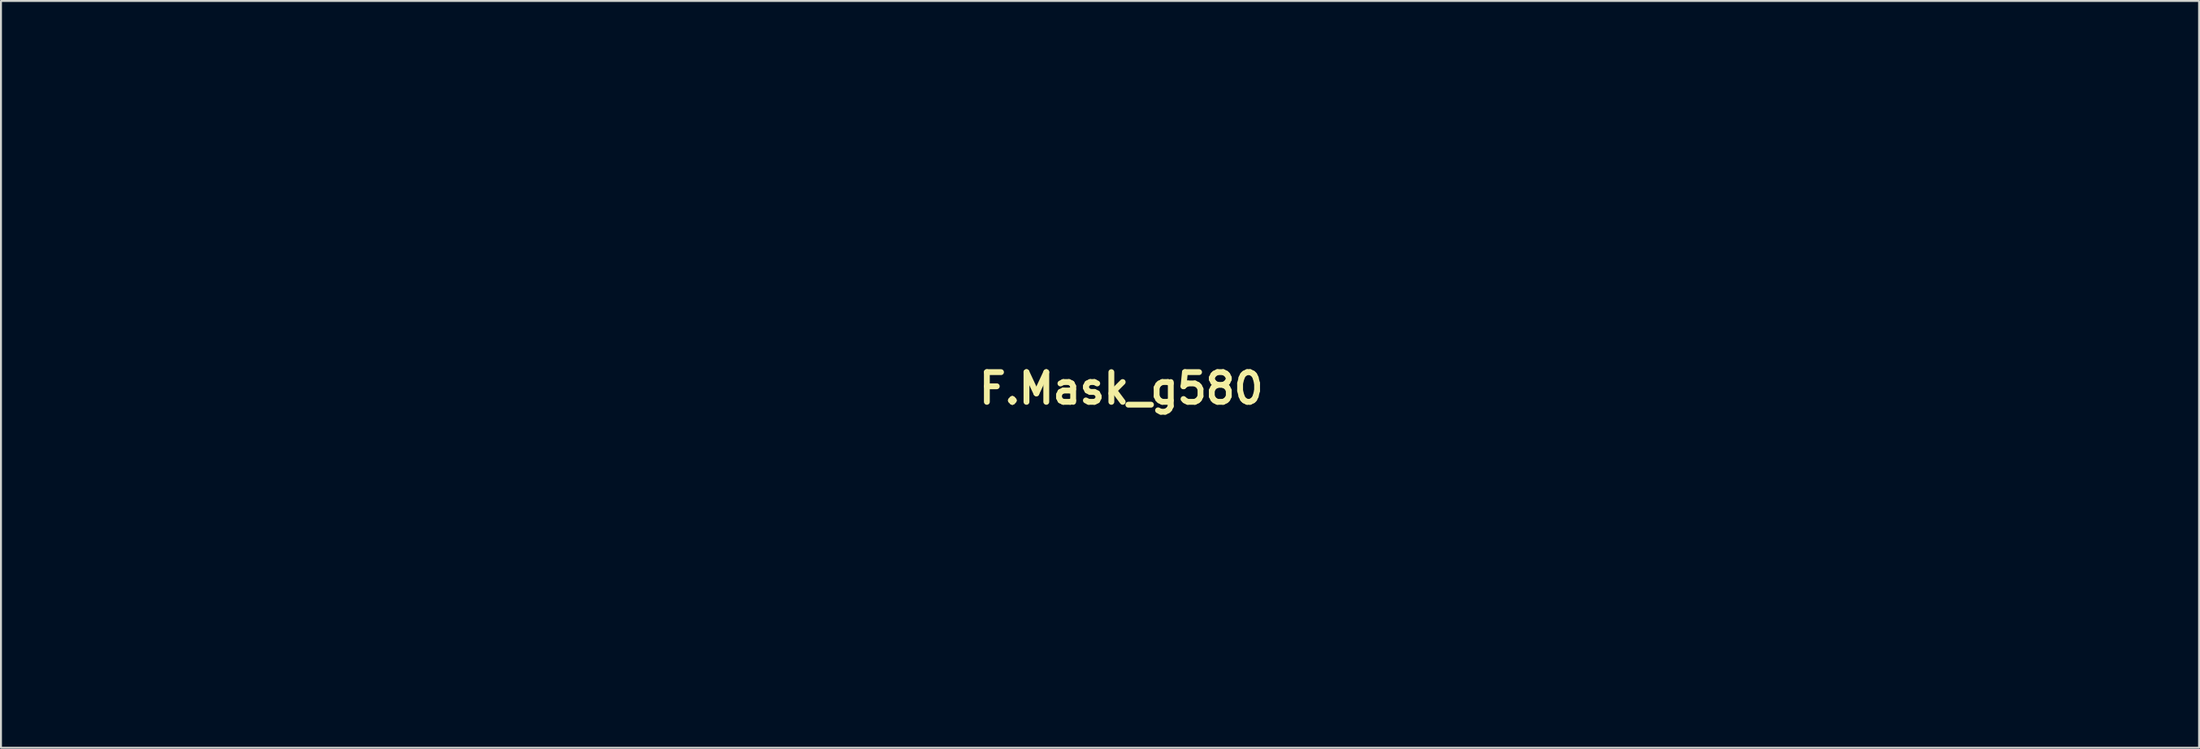
<source format=kicad_pcb>
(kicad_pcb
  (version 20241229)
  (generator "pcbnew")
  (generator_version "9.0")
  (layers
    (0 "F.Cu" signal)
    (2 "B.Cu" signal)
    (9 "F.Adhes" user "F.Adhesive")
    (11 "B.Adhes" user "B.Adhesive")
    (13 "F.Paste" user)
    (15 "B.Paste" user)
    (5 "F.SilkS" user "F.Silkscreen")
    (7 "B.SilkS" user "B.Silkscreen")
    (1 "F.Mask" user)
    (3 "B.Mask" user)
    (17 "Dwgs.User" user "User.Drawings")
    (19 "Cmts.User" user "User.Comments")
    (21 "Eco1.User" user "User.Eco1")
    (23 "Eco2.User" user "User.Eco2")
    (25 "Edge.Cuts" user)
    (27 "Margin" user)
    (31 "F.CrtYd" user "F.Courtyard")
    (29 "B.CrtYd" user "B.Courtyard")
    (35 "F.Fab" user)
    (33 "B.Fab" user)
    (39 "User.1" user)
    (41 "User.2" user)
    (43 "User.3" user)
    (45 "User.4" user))
  (footprint "F.Mask_g580"
    (layer "F.Cu")
    (at 54.467 16.875)
    (property "Reference" "F.Mask_g580" (at 0 0 0) (layer "F.SilkS") (effects (font (size 1.524 1.524) (thickness 0.3))))
    (attr through_hole)
    (fp_poly (pts (xy 5.69 6.694) (xy 5.885 6.743) (xy 6.067 6.828) (xy 6.233 6.948) (xy 6.378 7.101) (xy 6.429 7.173) (xy 6.459 7.219) (xy 6.484 7.27) (xy 6.509 7.329) (xy 6.534 7.404) (xy 6.56 7.499) (xy 6.591 7.62) (xy 6.628 7.773) (xy 6.655 7.89) (xy 6.685 8.022) (xy 4.355 8.022) (xy 4.369 7.795) (xy 4.388 7.606) (xy 4.417 7.443) (xy 4.455 7.311) (xy 4.481 7.251) (xy 4.528 7.181) (xy 4.601 7.098) (xy 4.687 7.012) (xy 4.779 6.933) (xy 4.864 6.871) (xy 4.871 6.867) (xy 5.073 6.766) (xy 5.279 6.705) (xy 5.486 6.681) (xy 5.69 6.694)) (stroke (width 0.01) (type solid)) (fill yes) (layer "F.Mask"))
    (fp_poly (pts (xy -2.223 8.672) (xy -2.226 8.86) (xy -2.234 9.015) (xy -2.249 9.145) (xy -2.272 9.261) (xy -2.305 9.37) (xy -2.33 9.439) (xy -2.364 9.521) (xy -2.393 9.576) (xy -2.427 9.615) (xy -2.476 9.651) (xy -2.526 9.682) (xy -2.619 9.734) (xy -2.705 9.775) (xy -2.791 9.805) (xy -2.886 9.826) (xy -2.996 9.841) (xy -3.131 9.85) (xy -3.297 9.855) (xy -3.365 9.856) (xy -3.549 9.857) (xy -3.693 9.855) (xy -3.802 9.85) (xy -3.88 9.84) (xy -3.905 9.835) (xy -4.051 9.781) (xy -4.185 9.7) (xy -4.298 9.6) (xy -4.374 9.496) (xy -4.401 9.444) (xy -4.418 9.399) (xy -4.428 9.347) (xy -4.433 9.278) (xy -4.434 9.18) (xy -4.434 9.155) (xy -4.433 9.047) (xy -4.429 8.969) (xy -4.419 8.91) (xy -4.402 8.857) (xy -4.379 8.805) (xy -4.308 8.677) (xy -4.226 8.581) (xy -4.124 8.507) (xy -3.991 8.447) (xy -3.969 8.439) (xy -3.778 8.372) (xy -3 8.365) (xy -2.223 8.358) (xy -2.223 8.672)) (stroke (width 0.01) (type solid)) (fill yes) (layer "F.Mask"))
    (fp_poly (pts (xy -9.631 8.684) (xy -9.633 8.866) (xy -9.641 9.016) (xy -9.656 9.143) (xy -9.678 9.255) (xy -9.711 9.363) (xy -9.74 9.441) (xy -9.773 9.523) (xy -9.803 9.578) (xy -9.837 9.617) (xy -9.887 9.653) (xy -9.934 9.682) (xy -10.028 9.734) (xy -10.113 9.775) (xy -10.2 9.805) (xy -10.294 9.826) (xy -10.405 9.841) (xy -10.539 9.85) (xy -10.705 9.855) (xy -10.774 9.856) (xy -10.957 9.857) (xy -11.102 9.855) (xy -11.211 9.85) (xy -11.288 9.84) (xy -11.314 9.835) (xy -11.461 9.78) (xy -11.596 9.697) (xy -11.71 9.594) (xy -11.783 9.493) (xy -11.81 9.443) (xy -11.827 9.398) (xy -11.837 9.346) (xy -11.841 9.278) (xy -11.843 9.18) (xy -11.843 9.155) (xy -11.842 9.047) (xy -11.837 8.969) (xy -11.827 8.91) (xy -11.81 8.857) (xy -11.788 8.805) (xy -11.701 8.662) (xy -11.592 8.551) (xy -11.467 8.475) (xy -11.451 8.469) (xy -11.375 8.441) (xy -11.302 8.419) (xy -11.227 8.401) (xy -11.144 8.387) (xy -11.047 8.377) (xy -10.932 8.369) (xy -10.793 8.365) (xy -10.625 8.362) (xy -10.421 8.361) (xy -10.335 8.361) (xy -9.631 8.361) (xy -9.631 8.684)) (stroke (width 0.01) (type solid)) (fill yes) (layer "F.Mask"))
    (fp_poly (pts (xy -1.097 -9.352) (xy -0.968 -9.31) (xy -0.849 -9.233) (xy -0.818 -9.207) (xy -0.728 -9.11) (xy -0.673 -9.003) (xy -0.649 -8.877) (xy -0.648 -8.816) (xy -0.668 -8.658) (xy -0.725 -8.516) (xy -0.814 -8.397) (xy -0.931 -8.303) (xy -1.072 -8.241) (xy -1.168 -8.221) (xy -1.26 -8.208) (xy -3.359 -4.535) (xy -1.65 -5.105) (xy -1.347 -5.206) (xy -1.081 -5.295) (xy -0.851 -5.372) (xy -0.653 -5.439) (xy -0.486 -5.496) (xy -0.346 -5.544) (xy -0.232 -5.585) (xy -0.14 -5.618) (xy -0.069 -5.645) (xy -0.015 -5.667) (xy 0.023 -5.685) (xy 0.048 -5.699) (xy 0.063 -5.711) (xy 0.071 -5.721) (xy 0.072 -5.724) (xy 0.1 -5.782) (xy 0.155 -5.852) (xy 0.226 -5.924) (xy 0.305 -5.989) (xy 0.38 -6.038) (xy 0.387 -6.041) (xy 0.541 -6.097) (xy 0.689 -6.111) (xy 0.829 -6.083) (xy 0.962 -6.013) (xy 0.993 -5.989) (xy 1.097 -5.884) (xy 1.166 -5.765) (xy 1.202 -5.636) (xy 1.206 -5.506) (xy 1.179 -5.379) (xy 1.121 -5.264) (xy 1.033 -5.165) (xy 0.917 -5.09) (xy 0.866 -5.069) (xy 0.767 -5.047) (xy 0.644 -5.039) (xy 0.515 -5.044) (xy 0.395 -5.063) (xy 0.34 -5.079) (xy 0.224 -5.119) (xy -1.38 -4.556) (xy -1.629 -4.468) (xy -1.866 -4.385) (xy -2.088 -4.306) (xy -2.292 -4.234) (xy -2.476 -4.169) (xy -2.635 -4.112) (xy -2.768 -4.065) (xy -2.871 -4.028) (xy -2.941 -4.003) (xy -2.976 -3.99) (xy -2.979 -3.988) (xy -2.958 -3.983) (xy -2.899 -3.968) (xy -2.803 -3.945) (xy -2.674 -3.913) (xy -2.513 -3.874) (xy -2.324 -3.828) (xy -2.109 -3.776) (xy -1.87 -3.718) (xy -1.61 -3.655) (xy -1.331 -3.588) (xy -1.036 -3.516) (xy -0.728 -3.442) (xy -0.458 -3.377) (xy 2.058 -2.77) (xy 2.218 -2.851) (xy 2.305 -2.893) (xy 2.373 -2.917) (xy 2.438 -2.928) (xy 2.515 -2.931) (xy 2.517 -2.931) (xy 2.649 -2.917) (xy 2.761 -2.874) (xy 2.865 -2.796) (xy 2.903 -2.759) (xy 2.982 -2.665) (xy 3.03 -2.576) (xy 3.052 -2.478) (xy 3.057 -2.381) (xy 3.037 -2.222) (xy 2.981 -2.076) (xy 2.893 -1.951) (xy 2.778 -1.853) (xy 2.717 -1.819) (xy 2.605 -1.786) (xy 2.475 -1.781) (xy 2.341 -1.805) (xy 2.232 -1.847) (xy 2.14 -1.906) (xy 2.051 -1.985) (xy 1.976 -2.071) (xy 1.93 -2.149) (xy 1.903 -2.214) (xy -0.058 -2.683) (xy -0.338 -2.75) (xy -0.607 -2.814) (xy -0.861 -2.875) (xy -1.097 -2.931) (xy -1.313 -2.982) (xy -1.506 -3.027) (xy -1.673 -3.066) (xy -1.811 -3.098) (xy -1.917 -3.122) (xy -1.989 -3.139) (xy -2.023 -3.146) (xy -2.026 -3.146) (xy -2.009 -3.135) (xy -1.956 -3.104) (xy -1.871 -3.054) (xy -1.755 -2.987) (xy -1.61 -2.903) (xy -1.437 -2.803) (xy -1.24 -2.689) (xy -1.019 -2.562) (xy -0.776 -2.423) (xy -0.514 -2.273) (xy -0.234 -2.112) (xy 0.061 -1.943) (xy 0.371 -1.766) (xy 0.692 -1.582) (xy 0.991 -1.411) (xy 4.015 0.316) (xy 4.098 0.273) (xy 4.153 0.249) (xy 4.21 0.238) (xy 4.285 0.238) (xy 4.326 0.241) (xy 4.494 0.272) (xy 4.637 0.335) (xy 4.752 0.43) (xy 4.837 0.552) (xy 4.89 0.699) (xy 4.906 0.809) (xy 4.909 0.895) (xy 4.902 0.959) (xy 4.88 1.022) (xy 4.859 1.068) (xy 4.776 1.192) (xy 4.663 1.291) (xy 4.527 1.359) (xy 4.374 1.394) (xy 4.306 1.397) (xy 4.156 1.378) (xy 4.025 1.321) (xy 3.914 1.228) (xy 3.824 1.101) (xy 3.767 0.965) (xy 3.732 0.86) (xy 0.136 -1.222) (xy -0.225 -1.431) (xy -0.576 -1.635) (xy -0.917 -1.831) (xy -1.244 -2.021) (xy -1.556 -2.201) (xy -1.852 -2.372) (xy -2.129 -2.533) (xy -2.387 -2.681) (xy -2.622 -2.817) (xy -2.834 -2.94) (xy -3.02 -3.047) (xy -3.179 -3.139) (xy -3.308 -3.213) (xy -3.407 -3.27) (xy -3.474 -3.308) (xy -3.506 -3.326) (xy -3.508 -3.328) (xy -3.55 -3.339) (xy -3.606 -3.332) (xy -3.664 -3.316) (xy -3.744 -3.297) (xy -3.843 -3.285) (xy -3.924 -3.281) (xy -4.075 -3.281) (xy -5.173 -1.393) (xy -6.27 0.494) (xy -6.236 0.565) (xy -6.212 0.648) (xy -6.203 0.754) (xy -6.209 0.87) (xy -6.229 0.979) (xy -6.237 1.007) (xy -6.29 1.11) (xy -6.372 1.211) (xy -6.471 1.296) (xy -6.575 1.355) (xy -6.592 1.362) (xy -6.697 1.386) (xy -6.812 1.395) (xy -6.919 1.388) (xy -6.997 1.367) (xy -7.118 1.293) (xy -7.218 1.189) (xy -7.294 1.063) (xy -7.341 0.925) (xy -7.356 0.782) (xy -7.337 0.652) (xy -7.282 0.529) (xy -7.197 0.418) (xy -7.09 0.326) (xy -6.971 0.263) (xy -6.899 0.243) (xy -6.887 0.241) (xy -6.875 0.236) (xy -6.861 0.227) (xy -6.844 0.211) (xy -6.824 0.187) (xy -6.798 0.152) (xy -6.766 0.105) (xy -6.727 0.043) (xy -6.678 -0.036) (xy -6.618 -0.134) (xy -6.547 -0.253) (xy -6.463 -0.395) (xy -6.365 -0.562) (xy -6.251 -0.757) (xy -6.12 -0.982) (xy -5.971 -1.237) (xy -5.803 -1.527) (xy -5.731 -1.651) (xy -4.638 -3.532) (xy -4.716 -3.684) (xy -4.757 -3.768) (xy -4.78 -3.834) (xy -4.791 -3.9) (xy -4.794 -3.984) (xy -4.794 -3.998) (xy -4.791 -4.092) (xy -4.78 -4.165) (xy -4.755 -4.236) (xy -4.725 -4.301) (xy -4.68 -4.381) (xy -4.63 -4.452) (xy -4.587 -4.5) (xy -4.454 -4.588) (xy -4.295 -4.654) (xy -4.123 -4.691) (xy -4.086 -4.695) (xy -3.914 -4.71) (xy -1.724 -8.477) (xy -1.762 -8.55) (xy -1.787 -8.63) (xy -1.799 -8.734) (xy -1.797 -8.847) (xy -1.783 -8.953) (xy -1.76 -9.028) (xy -1.675 -9.165) (xy -1.558 -9.275) (xy -1.506 -9.308) (xy -1.445 -9.34) (xy -1.388 -9.357) (xy -1.317 -9.365) (xy -1.249 -9.366) (xy -1.097 -9.352)) (stroke (width 0.01) (type solid)) (fill yes) (layer "F.Mask"))
    (fp_poly (pts (xy 19.718 -15.787) (xy 19.867 -15.601) (xy 20.009 -15.423) (xy 20.141 -15.258) (xy 20.26 -15.109) (xy 20.365 -14.977) (xy 20.454 -14.865) (xy 20.523 -14.777) (xy 20.572 -14.716) (xy 20.597 -14.684) (xy 20.6 -14.679) (xy 20.6 -14.674) (xy 20.6 -14.662) (xy 20.597 -14.642) (xy 20.593 -14.613) (xy 20.586 -14.574) (xy 20.576 -14.523) (xy 20.563 -14.458) (xy 20.547 -14.38) (xy 20.528 -14.285) (xy 20.505 -14.174) (xy 20.477 -14.044) (xy 20.445 -13.894) (xy 20.408 -13.723) (xy 20.367 -13.53) (xy 20.32 -13.313) (xy 20.268 -13.072) (xy 20.209 -12.803) (xy 20.145 -12.508) (xy 20.074 -12.183) (xy 19.997 -11.828) (xy 19.912 -11.441) (xy 19.82 -11.021) (xy 19.721 -10.567) (xy 19.614 -10.078) (xy 19.498 -9.551) (xy 19.375 -8.986) (xy 19.242 -8.382) (xy 19.196 -8.17) (xy 18.956 -7.077) (xy 18.723 -6.013) (xy 18.495 -4.977) (xy 18.274 -3.971) (xy 18.06 -2.996) (xy 17.851 -2.051) (xy 17.65 -1.137) (xy 17.455 -0.254) (xy 17.267 0.596) (xy 17.085 1.414) (xy 16.911 2.2) (xy 16.744 2.951) (xy 16.584 3.669) (xy 16.432 4.353) (xy 16.287 5.001) (xy 16.149 5.615) (xy 16.02 6.192) (xy 15.898 6.734) (xy 15.783 7.238) (xy 15.677 7.706) (xy 15.579 8.135) (xy 15.489 8.527) (xy 15.407 8.88) (xy 15.334 9.194) (xy 15.269 9.468) (xy 15.213 9.703) (xy 15.166 9.896) (xy 15.132 10.029) (xy 15.108 10.124) (xy 15.088 10.203) (xy 15.075 10.257) (xy 15.071 10.278) (xy 15.092 10.278) (xy 15.154 10.279) (xy 15.257 10.279) (xy 15.399 10.28) (xy 15.58 10.28) (xy 15.798 10.28) (xy 16.053 10.281) (xy 16.344 10.281) (xy 16.669 10.282) (xy 17.028 10.282) (xy 17.42 10.282) (xy 17.843 10.283) (xy 18.298 10.283) (xy 18.782 10.283) (xy 19.296 10.284) (xy 19.837 10.284) (xy 20.405 10.284) (xy 21 10.285) (xy 21.619 10.285) (xy 22.263 10.285) (xy 22.93 10.285) (xy 23.619 10.286) (xy 24.33 10.286) (xy 25.06 10.286) (xy 25.811 10.286) (xy 26.579 10.286) (xy 27.366 10.286) (xy 28.168 10.287) (xy 28.987 10.287) (xy 29.819 10.287) (xy 30.666 10.287) (xy 31.525 10.287) (xy 32.396 10.287) (xy 33.278 10.287) (xy 33.676 10.287) (xy 52.282 10.287) (xy 52.282 15.431) (xy -54.462 15.431) (xy -54.462 10.287) (xy -36.121 10.287) (xy -34.936 10.287) (xy -33.793 10.287) (xy -32.691 10.287) (xy -31.632 10.287) (xy -30.613 10.286) (xy -29.636 10.286) (xy -28.699 10.286) (xy -27.803 10.286) (xy -26.948 10.285) (xy -26.132 10.285) (xy -25.356 10.284) (xy -24.619 10.284) (xy -23.922 10.283) (xy -23.264 10.283) (xy -22.644 10.282) (xy -22.063 10.282) (xy -21.52 10.281) (xy -21.015 10.28) (xy -20.548 10.279) (xy -20.118 10.278) (xy -19.725 10.277) (xy -19.369 10.277) (xy -19.05 10.276) (xy -18.767 10.274) (xy -18.52 10.273) (xy -18.31 10.272) (xy -18.134 10.271) (xy -17.995 10.27) (xy -17.89 10.268) (xy -17.82 10.267) (xy -17.785 10.266) (xy -17.78 10.265) (xy -17.785 10.242) (xy -17.798 10.18) (xy -17.819 10.082) (xy -17.847 9.951) (xy -17.883 9.79) (xy -17.924 9.601) (xy -17.971 9.387) (xy -18.024 9.151) (xy -18.025 9.144) (xy -12.181 9.144) (xy -12.171 9.348) (xy -12.142 9.517) (xy -12.091 9.657) (xy -12.018 9.769) (xy -12.003 9.786) (xy -11.956 9.842) (xy -11.923 9.893) (xy -11.914 9.917) (xy -11.886 9.961) (xy -11.821 10.008) (xy -11.722 10.058) (xy -11.596 10.109) (xy -11.445 10.157) (xy -11.276 10.203) (xy -11.134 10.234) (xy -11.007 10.259) (xy -10.909 10.275) (xy -10.829 10.282) (xy -10.754 10.28) (xy -10.673 10.27) (xy -10.574 10.251) (xy -10.544 10.245) (xy -10.368 10.204) (xy -10.197 10.153) (xy -10.04 10.097) (xy -9.902 10.037) (xy -9.793 9.976) (xy -9.717 9.918) (xy -9.712 9.913) (xy -9.675 9.879) (xy -9.649 9.864) (xy -9.648 9.864) (xy -9.64 9.883) (xy -9.634 9.935) (xy -9.631 10.009) (xy -9.631 10.033) (xy -9.631 10.202) (xy -9.207 10.202) (xy -9.208 8.853) (xy -9.208 8.6) (xy -9.209 8.36) (xy -9.211 8.137) (xy -9.213 7.935) (xy -9.216 7.756) (xy -9.219 7.606) (xy -9.222 7.487) (xy -9.226 7.403) (xy -9.229 7.36) (xy -9.269 7.187) (xy -9.336 7.004) (xy -9.424 6.828) (xy -9.478 6.742) (xy -9.535 6.661) (xy -9.586 6.606) (xy -9.643 6.564) (xy -9.716 6.525) (xy -9.817 6.477) (xy -9.913 6.439) (xy -10.01 6.411) (xy -10.116 6.39) (xy -10.237 6.376) (xy -10.381 6.367) (xy -10.556 6.363) (xy -10.689 6.362) (xy -10.89 6.363) (xy -11.056 6.367) (xy -11.193 6.376) (xy -11.309 6.391) (xy -11.41 6.412) (xy -11.503 6.441) (xy -11.596 6.48) (xy -11.665 6.513) (xy -11.731 6.551) (xy -11.808 6.603) (xy -11.887 6.663) (xy -11.961 6.725) (xy -12.023 6.781) (xy -12.066 6.828) (xy -12.082 6.857) (xy -12.082 6.86) (xy -12.063 6.88) (xy -12.018 6.917) (xy -11.955 6.967) (xy -11.921 6.993) (xy -11.766 7.108) (xy -11.678 7.013) (xy -11.57 6.908) (xy -11.458 6.828) (xy -11.333 6.768) (xy -11.187 6.726) (xy -11.013 6.697) (xy -10.895 6.686) (xy -10.685 6.675) (xy -10.488 6.678) (xy -10.311 6.693) (xy -10.162 6.72) (xy -10.047 6.759) (xy -9.928 6.835) (xy -9.825 6.948) (xy -9.741 7.091) (xy -9.677 7.261) (xy -9.651 7.373) (xy -9.643 7.436) (xy -9.637 7.528) (xy -9.632 7.637) (xy -9.631 7.748) (xy -9.631 8.019) (xy -10.409 8.026) (xy -11.187 8.033) (xy -11.356 8.093) (xy -11.482 8.14) (xy -11.587 8.19) (xy -11.686 8.251) (xy -11.795 8.331) (xy -11.832 8.361) (xy -11.957 8.472) (xy -12.05 8.584) (xy -12.116 8.705) (xy -12.157 8.843) (xy -12.177 9.007) (xy -12.181 9.144) (xy -18.025 9.144) (xy -18.08 8.895) (xy -18.141 8.623) (xy -18.204 8.336) (xy -18.266 8.058) (xy -18.419 7.372) (xy -18.577 6.664) (xy -18.647 6.35) (xy -7.684 6.35) (xy -7.684 10.202) (xy -7.284 10.202) (xy -7.277 9.152) (xy -4.78 9.152) (xy -4.769 9.324) (xy -4.738 9.487) (xy -4.689 9.633) (xy -4.623 9.751) (xy -4.594 9.786) (xy -4.548 9.843) (xy -4.515 9.893) (xy -4.506 9.917) (xy -4.481 9.952) (xy -4.424 9.995) (xy -4.342 10.042) (xy -4.244 10.089) (xy -4.135 10.131) (xy -4.106 10.14) (xy -4.019 10.165) (xy -3.91 10.193) (xy -3.79 10.22) (xy -3.668 10.245) (xy -3.556 10.266) (xy -3.465 10.28) (xy -3.408 10.285) (xy -3.36 10.281) (xy -3.281 10.267) (xy -3.182 10.247) (xy -3.072 10.222) (xy -3.048 10.216) (xy -2.818 10.152) (xy -2.622 10.084) (xy -2.462 10.012) (xy -2.341 9.938) (xy -2.337 9.935) (xy -2.284 9.896) (xy -2.245 9.87) (xy -2.233 9.864) (xy -2.228 9.883) (xy -2.224 9.935) (xy -2.223 10.009) (xy -2.223 10.033) (xy -2.223 10.202) (xy -1.797 10.202) (xy -1.805 8.768) (xy -1.806 8.481) (xy -1.808 8.232) (xy -1.81 8.02) (xy -1.812 7.841) (xy -1.814 7.692) (xy -1.817 7.569) (xy -1.82 7.47) (xy -1.824 7.392) (xy -1.828 7.332) (xy -1.833 7.286) (xy -1.839 7.251) (xy -1.845 7.226) (xy -1.908 7.068) (xy -1.996 6.911) (xy -2.103 6.766) (xy -2.221 6.639) (xy -2.344 6.54) (xy -2.422 6.495) (xy -2.52 6.453) (xy -2.616 6.42) (xy -2.718 6.396) (xy -2.834 6.379) (xy -2.97 6.368) (xy -3.133 6.362) (xy -3.323 6.361) (xy -3.522 6.362) (xy -3.685 6.368) (xy -3.821 6.38) (xy -3.937 6.398) (xy -4.041 6.424) (xy -4.139 6.459) (xy -4.239 6.504) (xy -4.256 6.513) (xy -4.32 6.549) (xy -4.395 6.601) (xy -4.475 6.66) (xy -4.55 6.722) (xy -4.615 6.779) (xy -4.66 6.825) (xy -4.678 6.855) (xy -4.678 6.856) (xy -4.662 6.874) (xy -4.621 6.91) (xy -4.563 6.955) (xy -4.5 7.003) (xy -4.439 7.046) (xy -4.391 7.078) (xy -4.364 7.091) (xy -4.364 7.091) (xy -4.342 7.075) (xy -4.308 7.034) (xy -4.29 7.008) (xy -4.209 6.916) (xy -4.096 6.832) (xy -3.962 6.764) (xy -3.921 6.748) (xy -3.801 6.717) (xy -3.654 6.694) (xy -3.488 6.679) (xy -3.313 6.674) (xy -3.137 6.677) (xy -2.97 6.688) (xy -2.821 6.708) (xy -2.698 6.736) (xy -2.64 6.758) (xy -2.52 6.835) (xy -2.417 6.948) (xy -2.333 7.09) (xy -2.27 7.258) (xy -2.242 7.387) (xy -2.234 7.456) (xy -2.228 7.553) (xy -2.224 7.665) (xy -2.223 7.763) (xy -2.223 8.022) (xy -2.928 8.022) (xy -3.126 8.023) (xy -3.306 8.025) (xy -3.464 8.028) (xy -3.595 8.033) (xy -3.693 8.038) (xy -3.754 8.045) (xy -3.758 8.045) (xy -3.936 8.092) (xy -4.112 8.163) (xy -4.279 8.255) (xy -4.43 8.361) (xy -4.557 8.478) (xy -4.653 8.601) (xy -4.69 8.668) (xy -4.741 8.815) (xy -4.771 8.979) (xy -4.78 9.152) (xy -7.277 9.152) (xy -7.276 8.916) (xy -7.274 8.642) (xy -7.273 8.406) (xy -7.271 8.205) (xy -7.268 8.035) (xy -7.265 7.893) (xy -7.259 7.774) (xy -7.252 7.675) (xy -7.243 7.592) (xy -7.23 7.521) (xy -7.214 7.459) (xy -7.195 7.402) (xy -7.171 7.346) (xy -7.143 7.288) (xy -7.11 7.223) (xy -7.076 7.156) (xy -6.999 7.013) (xy -6.929 6.904) (xy -6.857 6.825) (xy -6.777 6.768) (xy -6.681 6.729) (xy -6.562 6.703) (xy -6.448 6.687) (xy -6.216 6.676) (xy -6 6.703) (xy -5.794 6.769) (xy -5.592 6.874) (xy -5.562 6.893) (xy -5.504 6.931) (xy -5.378 6.807) (xy -5.253 6.683) (xy -5.349 6.601) (xy -5.513 6.485) (xy -5.702 6.402) (xy -5.772 6.382) (xy -5.871 6.364) (xy -6 6.354) (xy -6.145 6.35) (xy -6.294 6.354) (xy -6.434 6.365) (xy -6.553 6.383) (xy -6.554 6.383) (xy -6.723 6.429) (xy -6.877 6.491) (xy -7.011 6.567) (xy -7.118 6.652) (xy -7.191 6.743) (xy -7.206 6.771) (xy -7.233 6.823) (xy -7.256 6.854) (xy -7.263 6.858) (xy -7.27 6.838) (xy -7.276 6.784) (xy -7.28 6.704) (xy -7.281 6.607) (xy -7.281 6.35) (xy -0.275 6.35) (xy -0.275 10.202) (xy 0.124 10.202) (xy 0.133 8.885) (xy 0.135 8.608) (xy 0.137 8.37) (xy 0.139 8.167) (xy 0.141 7.997) (xy 0.144 7.856) (xy 0.147 7.74) (xy 0.151 7.647) (xy 0.156 7.573) (xy 0.161 7.515) (xy 0.167 7.469) (xy 0.174 7.432) (xy 0.176 7.424) (xy 0.238 7.223) (xy 0.324 7.056) (xy 0.435 6.921) (xy 0.572 6.817) (xy 0.738 6.744) (xy 0.932 6.7) (xy 1.159 6.683) (xy 1.185 6.683) (xy 1.42 6.694) (xy 1.622 6.731) (xy 1.793 6.793) (xy 1.934 6.884) (xy 2.049 7.005) (xy 2.14 7.157) (xy 2.208 7.341) (xy 2.235 7.451) (xy 2.241 7.489) (xy 2.246 7.541) (xy 2.251 7.61) (xy 2.255 7.7) (xy 2.258 7.813) (xy 2.26 7.953) (xy 2.262 8.122) (xy 2.263 8.323) (xy 2.264 8.56) (xy 2.264 8.836) (xy 2.264 8.895) (xy 2.265 10.202) (xy 2.688 10.202) (xy 2.688 8.885) (xy 2.688 8.598) (xy 2.687 8.349) (xy 2.687 8.277) (xy 3.958 8.277) (xy 3.975 8.621) (xy 4.024 8.938) (xy 4.106 9.23) (xy 4.221 9.496) (xy 4.32 9.666) (xy 4.415 9.794) (xy 4.521 9.903) (xy 4.644 9.995) (xy 4.788 10.074) (xy 4.961 10.142) (xy 5.166 10.203) (xy 5.347 10.246) (xy 5.478 10.269) (xy 5.599 10.277) (xy 5.722 10.27) (xy 5.86 10.246) (xy 6.001 10.213) (xy 6.249 10.131) (xy 6.502 10.016) (xy 6.747 9.874) (xy 6.959 9.721) (xy 7.008 9.682) (xy 6.866 9.577) (xy 6.796 9.526) (xy 6.738 9.484) (xy 6.7 9.458) (xy 6.694 9.454) (xy 6.663 9.456) (xy 6.611 9.489) (xy 6.566 9.529) (xy 6.382 9.673) (xy 6.182 9.778) (xy 6.117 9.802) (xy 6.012 9.828) (xy 5.878 9.848) (xy 5.726 9.859) (xy 5.57 9.863) (xy 5.421 9.857) (xy 5.293 9.843) (xy 5.094 9.789) (xy 4.918 9.701) (xy 4.765 9.578) (xy 4.636 9.42) (xy 4.531 9.23) (xy 4.451 9.007) (xy 4.396 8.751) (xy 4.371 8.535) (xy 4.357 8.361) (xy 7.006 8.361) (xy 7.006 8.08) (xy 6.994 7.784) (xy 6.96 7.514) (xy 6.904 7.273) (xy 6.827 7.062) (xy 6.73 6.885) (xy 6.613 6.742) (xy 6.533 6.674) (xy 6.331 6.547) (xy 6.103 6.447) (xy 5.912 6.39) (xy 5.741 6.362) (xy 5.55 6.351) (xy 5.352 6.356) (xy 5.164 6.378) (xy 4.999 6.416) (xy 4.985 6.421) (xy 4.76 6.512) (xy 4.568 6.63) (xy 4.408 6.774) (xy 4.28 6.945) (xy 4.239 7.018) (xy 4.124 7.274) (xy 4.041 7.538) (xy 3.987 7.819) (xy 3.961 8.123) (xy 3.958 8.277) (xy 2.687 8.277) (xy 2.686 8.136) (xy 2.684 7.955) (xy 2.681 7.802) (xy 2.677 7.675) (xy 2.67 7.568) (xy 2.662 7.479) (xy 2.651 7.405) (xy 2.638 7.341) (xy 2.622 7.285) (xy 2.603 7.233) (xy 2.58 7.18) (xy 2.553 7.125) (xy 2.542 7.101) (xy 2.416 6.889) (xy 2.267 6.711) (xy 2.095 6.569) (xy 1.9 6.462) (xy 1.792 6.421) (xy 1.656 6.388) (xy 1.492 6.365) (xy 1.314 6.352) (xy 1.135 6.35) (xy 0.969 6.36) (xy 0.838 6.381) (xy 0.634 6.445) (xy 0.442 6.541) (xy 0.275 6.663) (xy 0.272 6.666) (xy 0.213 6.718) (xy 0.167 6.755) (xy 0.141 6.773) (xy 0.139 6.773) (xy 0.134 6.754) (xy 0.13 6.701) (xy 0.128 6.623) (xy 0.127 6.562) (xy 0.127 6.35) (xy 7.916 6.35) (xy 7.916 6.668) (xy 8.445 6.668) (xy 8.446 8.017) (xy 8.446 8.305) (xy 8.446 8.553) (xy 8.447 8.766) (xy 8.449 8.947) (xy 8.452 9.099) (xy 8.456 9.226) (xy 8.461 9.331) (xy 8.468 9.417) (xy 8.477 9.487) (xy 8.488 9.546) (xy 8.501 9.596) (xy 8.517 9.641) (xy 8.536 9.684) (xy 8.558 9.728) (xy 8.563 9.739) (xy 8.654 9.875) (xy 8.776 9.995) (xy 8.918 10.088) (xy 8.941 10.099) (xy 9.031 10.138) (xy 9.116 10.165) (xy 9.206 10.184) (xy 9.312 10.194) (xy 9.445 10.199) (xy 9.509 10.2) (xy 9.758 10.202) (xy 9.758 9.868) (xy 9.53 9.86) (xy 9.403 9.852) (xy 9.305 9.836) (xy 9.221 9.808) (xy 9.139 9.762) (xy 9.045 9.693) (xy 9.025 9.678) (xy 8.949 9.607) (xy 8.904 9.537) (xy 8.894 9.509) (xy 8.889 9.478) (xy 8.884 9.422) (xy 8.88 9.339) (xy 8.876 9.227) (xy 8.874 9.084) (xy 8.872 8.909) (xy 8.87 8.698) (xy 8.869 8.449) (xy 8.869 8.161) (xy 8.869 8.046) (xy 8.869 6.668) (xy 9.758 6.668) (xy 9.758 6.35) (xy 8.869 6.35) (xy 8.869 5.101) (xy 8.445 5.101) (xy 8.445 6.35) (xy 7.916 6.35) (xy 0.127 6.35) (xy -0.275 6.35) (xy -7.281 6.35) (xy -7.684 6.35) (xy -18.647 6.35) (xy -18.739 5.937) (xy -18.906 5.192) (xy -19.076 4.432) (xy -19.249 3.659) (xy -19.425 2.875) (xy -19.563 2.265) (xy -9.184 2.265) (xy -1.227 2.265) (xy -0.649 2.265) (xy -0.082 2.265) (xy 0.473 2.265) (xy 1.014 2.264) (xy 1.539 2.264) (xy 2.048 2.264) (xy 2.539 2.264) (xy 3.01 2.263) (xy 3.46 2.263) (xy 3.888 2.263) (xy 4.291 2.262) (xy 4.669 2.262) (xy 5.02 2.261) (xy 5.343 2.261) (xy 5.635 2.26) (xy 5.897 2.259) (xy 6.125 2.259) (xy 6.32 2.258) (xy 6.478 2.257) (xy 6.6 2.257) (xy 6.682 2.256) (xy 6.725 2.255) (xy 6.731 2.255) (xy 6.721 2.234) (xy 6.693 2.185) (xy 6.652 2.115) (xy 6.612 2.049) (xy 6.565 1.971) (xy 6.508 1.876) (xy 6.441 1.762) (xy 6.363 1.629) (xy 6.273 1.477) (xy 6.172 1.303) (xy 6.058 1.108) (xy 5.931 0.891) (xy 5.791 0.65) (xy 5.637 0.384) (xy 5.469 0.094) (xy 5.285 -0.223) (xy 5.086 -0.567) (xy 4.871 -0.939) (xy 4.64 -1.339) (xy 4.392 -1.77) (xy 4.126 -2.23) (xy 3.842 -2.723) (xy 3.539 -3.247) (xy 3.217 -3.805) (xy 2.876 -4.397) (xy 2.515 -5.023) (xy 2.159 -5.641) (xy 1.867 -6.147) (xy 1.584 -6.639) (xy 1.309 -7.115) (xy 1.044 -7.574) (xy 0.79 -8.015) (xy 0.547 -8.436) (xy 0.316 -8.836) (xy 0.097 -9.213) (xy -0.107 -9.567) (xy -0.298 -9.896) (xy -0.473 -10.199) (xy -0.632 -10.474) (xy -0.775 -10.72) (xy -0.901 -10.935) (xy -1.008 -11.119) (xy -1.096 -11.271) (xy -1.165 -11.387) (xy -1.207 -11.458) (xy -1.239 -11.507) (xy -1.262 -11.522) (xy -1.281 -11.511) (xy -1.293 -11.491) (xy -1.326 -11.435) (xy -1.378 -11.345) (xy -1.449 -11.223) (xy -1.538 -11.069) (xy -1.644 -10.885) (xy -1.766 -10.673) (xy -1.904 -10.434) (xy -2.056 -10.168) (xy -2.223 -9.878) (xy -2.403 -9.565) (xy -2.595 -9.23) (xy -2.799 -8.875) (xy -3.014 -8.501) (xy -3.239 -8.109) (xy -3.474 -7.7) (xy -3.717 -7.276) (xy -3.967 -6.839) (xy -4.225 -6.39) (xy -4.489 -5.929) (xy -4.758 -5.459) (xy -4.806 -5.376) (xy -5.081 -4.896) (xy -5.353 -4.421) (xy -5.621 -3.953) (xy -5.885 -3.493) (xy -6.142 -3.043) (xy -6.394 -2.605) (xy -6.637 -2.18) (xy -6.872 -1.769) (xy -7.098 -1.375) (xy -7.314 -0.999) (xy -7.518 -0.642) (xy -7.71 -0.307) (xy -7.89 0.006) (xy -8.055 0.295) (xy -8.206 0.558) (xy -8.341 0.793) (xy -8.459 1) (xy -8.56 1.176) (xy -8.642 1.319) (xy -8.705 1.429) (xy -8.744 1.498) (xy -9.184 2.265) (xy -19.563 2.265) (xy -19.604 2.082) (xy -19.783 1.283) (xy -19.964 0.48) (xy -20.146 -0.325) (xy -20.328 -1.131) (xy -20.509 -1.934) (xy -20.689 -2.732) (xy -20.869 -3.524) (xy -21.046 -4.307) (xy -21.221 -5.079) (xy -21.393 -5.838) (xy -21.562 -6.582) (xy -21.727 -7.308) (xy -21.888 -8.014) (xy -22.044 -8.698) (xy -22.195 -9.358) (xy -22.34 -9.992) (xy -22.479 -10.597) (xy -22.611 -11.172) (xy -22.735 -11.713) (xy -22.852 -12.22) (xy -22.961 -12.689) (xy -23.049 -13.066) (xy -23.107 -13.322) (xy -23.157 -13.542) (xy -23.197 -13.734) (xy -23.23 -13.903) (xy -23.257 -14.055) (xy -23.279 -14.196) (xy -23.297 -14.333) (xy -23.312 -14.472) (xy -23.315 -14.504) (xy -23.324 -14.581) (xy -23.335 -14.624) (xy -23.351 -14.643) (xy -23.371 -14.647) (xy -23.403 -14.654) (xy -23.407 -14.665) (xy -23.394 -14.685) (xy -23.359 -14.737) (xy -23.305 -14.818) (xy -23.233 -14.925) (xy -23.146 -15.055) (xy -23.045 -15.205) (xy -22.932 -15.372) (xy -22.81 -15.552) (xy -22.68 -15.743) (xy -22.659 -15.775) (xy -21.918 -16.868) (xy -1.533 -16.869) (xy 18.851 -16.87) (xy 19.718 -15.787)) (stroke (width 0.01) (type solid)) (fill yes) (layer "F.Mask")))
  (gr_rect
    (start -3 -3)
    (end 109.754 35.31)
    (stroke (width 0.1) (type default))
    (fill no)
    (layer "Edge.Cuts")))
</source>
